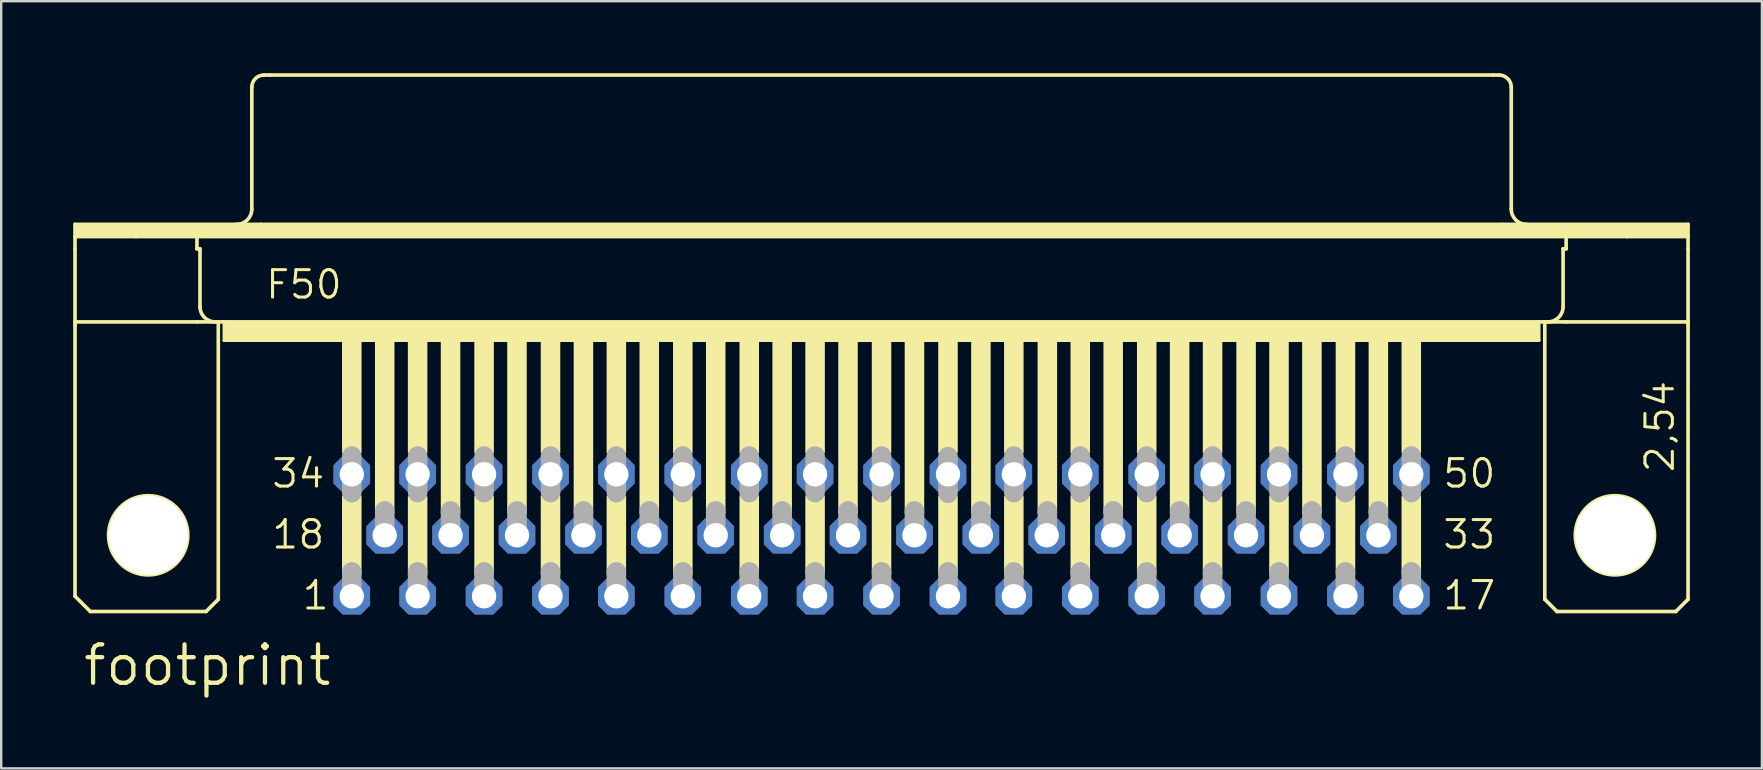
<source format=kicad_pcb>
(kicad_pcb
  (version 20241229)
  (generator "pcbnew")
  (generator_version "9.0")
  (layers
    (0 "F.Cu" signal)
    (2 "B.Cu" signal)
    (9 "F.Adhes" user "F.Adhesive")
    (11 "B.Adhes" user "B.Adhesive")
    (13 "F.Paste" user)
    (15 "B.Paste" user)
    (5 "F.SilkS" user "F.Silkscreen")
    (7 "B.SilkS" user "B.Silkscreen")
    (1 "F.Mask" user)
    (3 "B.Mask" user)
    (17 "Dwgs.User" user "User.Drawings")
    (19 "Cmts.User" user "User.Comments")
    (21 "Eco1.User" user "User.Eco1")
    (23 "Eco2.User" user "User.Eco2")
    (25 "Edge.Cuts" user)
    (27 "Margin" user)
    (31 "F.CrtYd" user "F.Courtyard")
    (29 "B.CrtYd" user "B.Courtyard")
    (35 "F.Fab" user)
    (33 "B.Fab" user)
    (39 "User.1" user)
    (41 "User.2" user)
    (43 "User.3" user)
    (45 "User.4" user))
  (footprint "footprint"
    (layer "F.Cu")
    (at 33.68 19.253)
    (property "Reference" "footprint" (at -33.35 6.35 0) (layer "F.SilkS") (effects (font (size 1.6 1.6) (thickness 0.178)) (justify left bottom)))
    (fp_line (start -33.604 -12.954) (end -25.857 -12.954) (stroke (width 0.152) (type solid)) (layer "F.SilkS"))
    (fp_line (start -33.604 -12.446) (end -33.604 -12.954) (stroke (width 0.152) (type solid)) (layer "F.SilkS"))
    (fp_line (start -33.604 -12.446) (end -31.064 -12.446) (stroke (width 0.152) (type solid)) (layer "F.SilkS"))
    (fp_line (start -33.604 -11.938) (end -33.604 -12.446) (stroke (width 0.152) (type solid)) (layer "F.SilkS"))
    (fp_line (start -33.604 -8.89) (end -33.604 -11.938) (stroke (width 0.152) (type solid)) (layer "F.SilkS"))
    (fp_line (start -33.604 -8.89) (end -33.604 -8.763) (stroke (width 0.152) (type solid)) (layer "F.SilkS"))
    (fp_line (start -33.604 -8.89) (end -28.524 -8.89) (stroke (width 0.152) (type solid)) (layer "F.SilkS"))
    (fp_line (start -33.604 2.54) (end -33.604 -8.763) (stroke (width 0.152) (type solid)) (layer "F.SilkS"))
    (fp_line (start -32.969 3.175) (end -33.604 2.54) (stroke (width 0.152) (type solid)) (layer "F.SilkS"))
    (fp_line (start -31.064 -12.446) (end -28.524 -12.446) (stroke (width 0.152) (type solid)) (layer "F.SilkS"))
    (fp_line (start -28.524 -12.446) (end 28.524 -12.446) (stroke (width 0.152) (type solid)) (layer "F.SilkS"))
    (fp_line (start -28.524 -11.938) (end -28.524 -12.446) (stroke (width 0.152) (type solid)) (layer "F.SilkS"))
    (fp_line (start -28.524 -11.938) (end -28.397 -11.938) (stroke (width 0.152) (type solid)) (layer "F.SilkS"))
    (fp_line (start -28.524 -8.89) (end -27.635 -8.89) (stroke (width 0.152) (type solid)) (layer "F.SilkS"))
    (fp_line (start -28.397 -9.525) (end -28.397 -11.938) (stroke (width 0.152) (type solid)) (layer "F.SilkS"))
    (fp_line (start -28.143 3.175) (end -32.969 3.175) (stroke (width 0.152) (type solid)) (layer "F.SilkS"))
    (fp_line (start -28.143 3.175) (end -27.635 2.667) (stroke (width 0.152) (type solid)) (layer "F.SilkS"))
    (fp_line (start -27.635 -8.89) (end -27.381 -8.89) (stroke (width 0.152) (type solid)) (layer "F.SilkS"))
    (fp_line (start -27.635 2.667) (end -27.635 -8.89) (stroke (width 0.152) (type solid)) (layer "F.SilkS"))
    (fp_line (start -27.381 -8.89) (end -27.381 -8.128) (stroke (width 0.152) (type solid)) (layer "F.SilkS"))
    (fp_line (start -27.381 -8.89) (end 27.381 -8.89) (stroke (width 0.152) (type solid)) (layer "F.SilkS"))
    (fp_line (start -27.381 -8.128) (end 27.381 -8.128) (stroke (width 0.152) (type solid)) (layer "F.SilkS"))
    (fp_line (start -26.238 -13.589) (end -26.238 -18.669) (stroke (width 0.152) (type solid)) (layer "F.SilkS"))
    (fp_line (start -25.857 -12.954) (end 25.857 -12.954) (stroke (width 0.152) (type solid)) (layer "F.SilkS"))
    (fp_line (start -25.73 -19.177) (end -25.476 -19.177) (stroke (width 0.152) (type solid)) (layer "F.SilkS"))
    (fp_line (start -25.476 -19.177) (end 25.476 -19.177) (stroke (width 0.152) (type solid)) (layer "F.SilkS"))
    (fp_line (start 25.476 -19.177) (end 25.73 -19.177) (stroke (width 0.152) (type solid)) (layer "F.SilkS"))
    (fp_line (start 25.857 -12.954) (end 33.604 -12.954) (stroke (width 0.152) (type solid)) (layer "F.SilkS"))
    (fp_line (start 26.238 -13.589) (end 26.238 -18.669) (stroke (width 0.152) (type solid)) (layer "F.SilkS"))
    (fp_line (start 27.381 -8.89) (end 27.381 -8.128) (stroke (width 0.152) (type solid)) (layer "F.SilkS"))
    (fp_line (start 27.381 -8.89) (end 27.635 -8.89) (stroke (width 0.152) (type solid)) (layer "F.SilkS"))
    (fp_line (start 27.635 -8.89) (end 28.524 -8.89) (stroke (width 0.152) (type solid)) (layer "F.SilkS"))
    (fp_line (start 27.635 2.667) (end 27.635 -8.89) (stroke (width 0.152) (type solid)) (layer "F.SilkS"))
    (fp_line (start 27.635 2.667) (end 28.143 3.175) (stroke (width 0.152) (type solid)) (layer "F.SilkS"))
    (fp_line (start 28.143 3.175) (end 33.096 3.175) (stroke (width 0.152) (type solid)) (layer "F.SilkS"))
    (fp_line (start 28.397 -11.938) (end 28.524 -11.938) (stroke (width 0.152) (type solid)) (layer "F.SilkS"))
    (fp_line (start 28.397 -9.525) (end 28.397 -11.938) (stroke (width 0.152) (type solid)) (layer "F.SilkS"))
    (fp_line (start 28.524 -12.446) (end 31.064 -12.446) (stroke (width 0.152) (type solid)) (layer "F.SilkS"))
    (fp_line (start 28.524 -11.938) (end 28.524 -12.446) (stroke (width 0.152) (type solid)) (layer "F.SilkS"))
    (fp_line (start 28.524 -8.89) (end 33.604 -8.89) (stroke (width 0.152) (type solid)) (layer "F.SilkS"))
    (fp_line (start 31.064 -12.446) (end 33.604 -12.446) (stroke (width 0.152) (type solid)) (layer "F.SilkS"))
    (fp_line (start 33.096 3.175) (end 33.604 2.667) (stroke (width 0.152) (type solid)) (layer "F.SilkS"))
    (fp_line (start 33.604 -12.954) (end 33.604 -12.446) (stroke (width 0.152) (type solid)) (layer "F.SilkS"))
    (fp_line (start 33.604 -12.446) (end 33.604 -11.938) (stroke (width 0.152) (type solid)) (layer "F.SilkS"))
    (fp_line (start 33.604 -11.938) (end 33.604 -8.89) (stroke (width 0.152) (type solid)) (layer "F.SilkS"))
    (fp_line (start 33.604 -8.89) (end 33.604 -8.763) (stroke (width 0.152) (type solid)) (layer "F.SilkS"))
    (fp_line (start 33.604 2.667) (end 33.604 -8.763) (stroke (width 0.152) (type solid)) (layer "F.SilkS"))
    (fp_arc (start -27.7622 -8.89) (mid -28.211213 -9.075987) (end -28.3972 -9.525) (stroke (width 0.1524) (type solid)) (layer "F.SilkS"))
    (fp_arc (start -26.2382 -18.669) (mid -26.08941 -19.02821) (end -25.7302 -19.177) (stroke (width 0.1524) (type solid)) (layer "F.SilkS"))
    (fp_arc (start -26.2382 -13.589) (mid -26.424187 -13.139987) (end -26.8732 -12.954) (stroke (width 0.1524) (type solid)) (layer "F.SilkS"))
    (fp_arc (start 25.7302 -19.177) (mid 26.08941 -19.02821) (end 26.2382 -18.669) (stroke (width 0.1524) (type solid)) (layer "F.SilkS"))
    (fp_arc (start 26.8732 -12.954) (mid 26.424187 -13.139987) (end 26.2382 -13.589) (stroke (width 0.1524) (type solid)) (layer "F.SilkS"))
    (fp_arc (start 28.3972 -9.525) (mid 28.211213 -9.075987) (end 27.7622 -8.89) (stroke (width 0.1524) (type solid)) (layer "F.SilkS"))
    (fp_circle (center -30.556 0) (end -28.905 0) (stroke (width 0.152) (type solid)) (fill no) (layer "F.SilkS"))
    (fp_circle (center 30.556 0) (end 32.207 0) (stroke (width 0.152) (type solid)) (fill no) (layer "F.SilkS"))
    (fp_poly (pts (xy -33.579 -12.446) (xy 33.604 -12.446) (xy 33.604 -12.954) (xy -33.579 -12.954)) (stroke (width 0) (type solid)) (fill yes) (layer "F.SilkS"))
    (fp_poly (pts (xy -27.356 -8.128) (xy 27.381 -8.128) (xy 27.381 -8.89) (xy -27.356 -8.89)) (stroke (width 0) (type solid)) (fill yes) (layer "F.SilkS"))
    (fp_poly (pts (xy -22.479 -3.429) (xy -21.666 -3.429) (xy -21.666 -8.128) (xy -22.479 -8.128)) (stroke (width 0) (type solid)) (fill yes) (layer "F.SilkS"))
    (fp_poly (pts (xy -22.479 1.651) (xy -21.666 1.651) (xy -21.666 -1.651) (xy -22.479 -1.651)) (stroke (width 0) (type solid)) (fill yes) (layer "F.SilkS"))
    (fp_poly (pts (xy -21.107 -0.889) (xy -20.295 -0.889) (xy -20.295 -8.128) (xy -21.107 -8.128)) (stroke (width 0) (type solid)) (fill yes) (layer "F.SilkS"))
    (fp_poly (pts (xy -19.736 -3.429) (xy -18.923 -3.429) (xy -18.923 -8.128) (xy -19.736 -8.128)) (stroke (width 0) (type solid)) (fill yes) (layer "F.SilkS"))
    (fp_poly (pts (xy -19.736 1.676) (xy -18.923 1.676) (xy -18.923 -1.626) (xy -19.736 -1.626)) (stroke (width 0) (type solid)) (fill yes) (layer "F.SilkS"))
    (fp_poly (pts (xy -18.364 -0.889) (xy -17.551 -0.889) (xy -17.551 -8.128) (xy -18.364 -8.128)) (stroke (width 0) (type solid)) (fill yes) (layer "F.SilkS"))
    (fp_poly (pts (xy -16.967 -3.429) (xy -16.154 -3.429) (xy -16.154 -8.128) (xy -16.967 -8.128)) (stroke (width 0) (type solid)) (fill yes) (layer "F.SilkS"))
    (fp_poly (pts (xy -16.967 1.651) (xy -16.154 1.651) (xy -16.154 -1.651) (xy -16.967 -1.651)) (stroke (width 0) (type solid)) (fill yes) (layer "F.SilkS"))
    (fp_poly (pts (xy -15.596 -0.889) (xy -14.783 -0.889) (xy -14.783 -8.128) (xy -15.596 -8.128)) (stroke (width 0) (type solid)) (fill yes) (layer "F.SilkS"))
    (fp_poly (pts (xy -14.199 -3.429) (xy -13.386 -3.429) (xy -13.386 -8.128) (xy -14.199 -8.128)) (stroke (width 0) (type solid)) (fill yes) (layer "F.SilkS"))
    (fp_poly (pts (xy -14.199 1.651) (xy -13.386 1.651) (xy -13.386 -1.651) (xy -14.199 -1.651)) (stroke (width 0) (type solid)) (fill yes) (layer "F.SilkS"))
    (fp_poly (pts (xy -12.827 -0.889) (xy -12.014 -0.889) (xy -12.014 -8.128) (xy -12.827 -8.128)) (stroke (width 0) (type solid)) (fill yes) (layer "F.SilkS"))
    (fp_poly (pts (xy -11.455 -3.429) (xy -10.643 -3.429) (xy -10.643 -8.128) (xy -11.455 -8.128)) (stroke (width 0) (type solid)) (fill yes) (layer "F.SilkS"))
    (fp_poly (pts (xy -11.455 1.651) (xy -10.643 1.651) (xy -10.643 -1.651) (xy -11.455 -1.651)) (stroke (width 0) (type solid)) (fill yes) (layer "F.SilkS"))
    (fp_poly (pts (xy -10.084 -0.889) (xy -9.271 -0.889) (xy -9.271 -8.128) (xy -10.084 -8.128)) (stroke (width 0) (type solid)) (fill yes) (layer "F.SilkS"))
    (fp_poly (pts (xy -8.687 -3.429) (xy -7.874 -3.429) (xy -7.874 -8.128) (xy -8.687 -8.128)) (stroke (width 0) (type solid)) (fill yes) (layer "F.SilkS"))
    (fp_poly (pts (xy -8.687 1.651) (xy -7.874 1.651) (xy -7.874 -1.651) (xy -8.687 -1.651)) (stroke (width 0) (type solid)) (fill yes) (layer "F.SilkS"))
    (fp_poly (pts (xy -7.315 -0.889) (xy -6.502 -0.889) (xy -6.502 -8.128) (xy -7.315 -8.128)) (stroke (width 0) (type solid)) (fill yes) (layer "F.SilkS"))
    (fp_poly (pts (xy -5.918 -3.429) (xy -5.105 -3.429) (xy -5.105 -8.128) (xy -5.918 -8.128)) (stroke (width 0) (type solid)) (fill yes) (layer "F.SilkS"))
    (fp_poly (pts (xy -5.918 1.651) (xy -5.105 1.651) (xy -5.105 -1.651) (xy -5.918 -1.651)) (stroke (width 0) (type solid)) (fill yes) (layer "F.SilkS"))
    (fp_poly (pts (xy -4.547 -0.889) (xy -3.734 -0.889) (xy -3.734 -8.128) (xy -4.547 -8.128)) (stroke (width 0) (type solid)) (fill yes) (layer "F.SilkS"))
    (fp_poly (pts (xy -3.175 -3.429) (xy -2.362 -3.429) (xy -2.362 -8.128) (xy -3.175 -8.128)) (stroke (width 0) (type solid)) (fill yes) (layer "F.SilkS"))
    (fp_poly (pts (xy -3.175 1.651) (xy -2.362 1.651) (xy -2.362 -1.651) (xy -3.175 -1.651)) (stroke (width 0) (type solid)) (fill yes) (layer "F.SilkS"))
    (fp_poly (pts (xy -1.803 -0.889) (xy -0.991 -0.889) (xy -0.991 -8.128) (xy -1.803 -8.128)) (stroke (width 0) (type solid)) (fill yes) (layer "F.SilkS"))
    (fp_poly (pts (xy -0.406 -3.429) (xy 0.406 -3.429) (xy 0.406 -8.128) (xy -0.406 -8.128)) (stroke (width 0) (type solid)) (fill yes) (layer "F.SilkS"))
    (fp_poly (pts (xy -0.406 1.651) (xy 0.406 1.651) (xy 0.406 -1.651) (xy -0.406 -1.651)) (stroke (width 0) (type solid)) (fill yes) (layer "F.SilkS"))
    (fp_poly (pts (xy 0.965 -0.889) (xy 1.778 -0.889) (xy 1.778 -8.128) (xy 0.965 -8.128)) (stroke (width 0) (type solid)) (fill yes) (layer "F.SilkS"))
    (fp_poly (pts (xy 2.362 -3.429) (xy 3.175 -3.429) (xy 3.175 -8.128) (xy 2.362 -8.128)) (stroke (width 0) (type solid)) (fill yes) (layer "F.SilkS"))
    (fp_poly (pts (xy 2.362 1.651) (xy 3.175 1.651) (xy 3.175 -1.651) (xy 2.362 -1.651)) (stroke (width 0) (type solid)) (fill yes) (layer "F.SilkS"))
    (fp_poly (pts (xy 3.734 -0.889) (xy 4.547 -0.889) (xy 4.547 -8.128) (xy 3.734 -8.128)) (stroke (width 0) (type solid)) (fill yes) (layer "F.SilkS"))
    (fp_poly (pts (xy 5.105 -3.429) (xy 5.918 -3.429) (xy 5.918 -8.128) (xy 5.105 -8.128)) (stroke (width 0) (type solid)) (fill yes) (layer "F.SilkS"))
    (fp_poly (pts (xy 5.105 1.651) (xy 5.918 1.651) (xy 5.918 -1.651) (xy 5.105 -1.651)) (stroke (width 0) (type solid)) (fill yes) (layer "F.SilkS"))
    (fp_poly (pts (xy 6.502 -0.889) (xy 7.315 -0.889) (xy 7.315 -8.128) (xy 6.502 -8.128)) (stroke (width 0) (type solid)) (fill yes) (layer "F.SilkS"))
    (fp_poly (pts (xy 7.874 -3.429) (xy 8.687 -3.429) (xy 8.687 -8.128) (xy 7.874 -8.128)) (stroke (width 0) (type solid)) (fill yes) (layer "F.SilkS"))
    (fp_poly (pts (xy 7.874 1.651) (xy 8.687 1.651) (xy 8.687 -1.651) (xy 7.874 -1.651)) (stroke (width 0) (type solid)) (fill yes) (layer "F.SilkS"))
    (fp_poly (pts (xy 9.246 -0.889) (xy 10.058 -0.889) (xy 10.058 -8.128) (xy 9.246 -8.128)) (stroke (width 0) (type solid)) (fill yes) (layer "F.SilkS"))
    (fp_poly (pts (xy 10.643 -3.429) (xy 11.455 -3.429) (xy 11.455 -8.128) (xy 10.643 -8.128)) (stroke (width 0) (type solid)) (fill yes) (layer "F.SilkS"))
    (fp_poly (pts (xy 10.643 1.651) (xy 11.455 1.651) (xy 11.455 -1.651) (xy 10.643 -1.651)) (stroke (width 0) (type solid)) (fill yes) (layer "F.SilkS"))
    (fp_poly (pts (xy 12.014 -0.889) (xy 12.827 -0.889) (xy 12.827 -8.128) (xy 12.014 -8.128)) (stroke (width 0) (type solid)) (fill yes) (layer "F.SilkS"))
    (fp_poly (pts (xy 13.386 -3.429) (xy 14.199 -3.429) (xy 14.199 -8.128) (xy 13.386 -8.128)) (stroke (width 0) (type solid)) (fill yes) (layer "F.SilkS"))
    (fp_poly (pts (xy 13.386 1.651) (xy 14.199 1.651) (xy 14.199 -1.651) (xy 13.386 -1.651)) (stroke (width 0) (type solid)) (fill yes) (layer "F.SilkS"))
    (fp_poly (pts (xy 14.783 -0.889) (xy 15.596 -0.889) (xy 15.596 -8.128) (xy 14.783 -8.128)) (stroke (width 0) (type solid)) (fill yes) (layer "F.SilkS"))
    (fp_poly (pts (xy 16.154 -3.429) (xy 16.967 -3.429) (xy 16.967 -8.128) (xy 16.154 -8.128)) (stroke (width 0) (type solid)) (fill yes) (layer "F.SilkS"))
    (fp_poly (pts (xy 16.154 1.651) (xy 16.967 1.651) (xy 16.967 -1.651) (xy 16.154 -1.651)) (stroke (width 0) (type solid)) (fill yes) (layer "F.SilkS"))
    (fp_poly (pts (xy 17.526 -0.889) (xy 18.339 -0.889) (xy 18.339 -8.128) (xy 17.526 -8.128)) (stroke (width 0) (type solid)) (fill yes) (layer "F.SilkS"))
    (fp_poly (pts (xy 18.923 -3.429) (xy 19.736 -3.429) (xy 19.736 -8.128) (xy 18.923 -8.128)) (stroke (width 0) (type solid)) (fill yes) (layer "F.SilkS"))
    (fp_poly (pts (xy 18.923 1.651) (xy 19.736 1.651) (xy 19.736 -1.651) (xy 18.923 -1.651)) (stroke (width 0) (type solid)) (fill yes) (layer "F.SilkS"))
    (fp_poly (pts (xy 20.295 -0.889) (xy 21.107 -0.889) (xy 21.107 -8.128) (xy 20.295 -8.128)) (stroke (width 0) (type solid)) (fill yes) (layer "F.SilkS"))
    (fp_poly (pts (xy 21.666 -3.429) (xy 22.479 -3.429) (xy 22.479 -8.128) (xy 21.666 -8.128)) (stroke (width 0) (type solid)) (fill yes) (layer "F.SilkS"))
    (fp_poly (pts (xy 21.666 1.651) (xy 22.479 1.651) (xy 22.479 -1.651) (xy 21.666 -1.651)) (stroke (width 0) (type solid)) (fill yes) (layer "F.SilkS"))
    (fp_line (start -22.073 -1.778) (end -22.073 -3.302) (stroke (width 0.813) (type solid)) (layer "F.Fab"))
    (fp_line (start -22.073 2.54) (end -22.073 1.524) (stroke (width 0.813) (type solid)) (layer "F.Fab"))
    (fp_line (start -20.701 0) (end -20.701 -1.016) (stroke (width 0.813) (type solid)) (layer "F.Fab"))
    (fp_line (start -19.329 -1.778) (end -19.329 -3.302) (stroke (width 0.813) (type solid)) (layer "F.Fab"))
    (fp_line (start -19.329 2.54) (end -19.329 1.524) (stroke (width 0.813) (type solid)) (layer "F.Fab"))
    (fp_line (start -17.958 0) (end -17.958 -1.016) (stroke (width 0.813) (type solid)) (layer "F.Fab"))
    (fp_line (start -16.561 -1.778) (end -16.561 -3.302) (stroke (width 0.813) (type solid)) (layer "F.Fab"))
    (fp_line (start -16.561 2.54) (end -16.561 1.524) (stroke (width 0.813) (type solid)) (layer "F.Fab"))
    (fp_line (start -15.189 0) (end -15.189 -1.016) (stroke (width 0.813) (type solid)) (layer "F.Fab"))
    (fp_line (start -13.792 -1.778) (end -13.792 -3.302) (stroke (width 0.813) (type solid)) (layer "F.Fab"))
    (fp_line (start -13.792 2.54) (end -13.792 1.524) (stroke (width 0.813) (type solid)) (layer "F.Fab"))
    (fp_line (start -12.421 0) (end -12.421 -1.016) (stroke (width 0.813) (type solid)) (layer "F.Fab"))
    (fp_line (start -11.049 -1.778) (end -11.049 -3.302) (stroke (width 0.813) (type solid)) (layer "F.Fab"))
    (fp_line (start -11.049 2.54) (end -11.049 1.524) (stroke (width 0.813) (type solid)) (layer "F.Fab"))
    (fp_line (start -9.677 0) (end -9.677 -1.016) (stroke (width 0.813) (type solid)) (layer "F.Fab"))
    (fp_line (start -8.28 -1.778) (end -8.28 -3.302) (stroke (width 0.813) (type solid)) (layer "F.Fab"))
    (fp_line (start -8.28 2.54) (end -8.28 1.524) (stroke (width 0.813) (type solid)) (layer "F.Fab"))
    (fp_line (start -6.909 0) (end -6.909 -1.016) (stroke (width 0.813) (type solid)) (layer "F.Fab"))
    (fp_line (start -5.512 -1.778) (end -5.512 -3.302) (stroke (width 0.813) (type solid)) (layer "F.Fab"))
    (fp_line (start -5.512 2.54) (end -5.512 1.524) (stroke (width 0.813) (type solid)) (layer "F.Fab"))
    (fp_line (start -4.14 0) (end -4.14 -1.016) (stroke (width 0.813) (type solid)) (layer "F.Fab"))
    (fp_line (start -2.769 -1.778) (end -2.769 -3.302) (stroke (width 0.813) (type solid)) (layer "F.Fab"))
    (fp_line (start -2.769 2.54) (end -2.769 1.524) (stroke (width 0.813) (type solid)) (layer "F.Fab"))
    (fp_line (start -1.397 0) (end -1.397 -1.016) (stroke (width 0.813) (type solid)) (layer "F.Fab"))
    (fp_line (start 0 -1.778) (end 0 -3.302) (stroke (width 0.813) (type solid)) (layer "F.Fab"))
    (fp_line (start 0 2.54) (end 0 1.524) (stroke (width 0.813) (type solid)) (layer "F.Fab"))
    (fp_line (start 1.372 0) (end 1.372 -1.016) (stroke (width 0.813) (type solid)) (layer "F.Fab"))
    (fp_line (start 2.769 -1.753) (end 2.769 -3.277) (stroke (width 0.813) (type solid)) (layer "F.Fab"))
    (fp_line (start 2.769 2.54) (end 2.769 1.524) (stroke (width 0.813) (type solid)) (layer "F.Fab"))
    (fp_line (start 4.14 0) (end 4.14 -1.016) (stroke (width 0.813) (type solid)) (layer "F.Fab"))
    (fp_line (start 5.512 -1.778) (end 5.512 -3.302) (stroke (width 0.813) (type solid)) (layer "F.Fab"))
    (fp_line (start 5.512 2.54) (end 5.512 1.524) (stroke (width 0.813) (type solid)) (layer "F.Fab"))
    (fp_line (start 6.909 0) (end 6.909 -1.016) (stroke (width 0.813) (type solid)) (layer "F.Fab"))
    (fp_line (start 8.28 -1.778) (end 8.28 -3.302) (stroke (width 0.813) (type solid)) (layer "F.Fab"))
    (fp_line (start 8.28 2.54) (end 8.28 1.524) (stroke (width 0.813) (type solid)) (layer "F.Fab"))
    (fp_line (start 9.652 0) (end 9.652 -1.016) (stroke (width 0.813) (type solid)) (layer "F.Fab"))
    (fp_line (start 11.049 -1.778) (end 11.049 -3.302) (stroke (width 0.813) (type solid)) (layer "F.Fab"))
    (fp_line (start 11.049 2.54) (end 11.049 1.524) (stroke (width 0.813) (type solid)) (layer "F.Fab"))
    (fp_line (start 12.421 0) (end 12.421 -1.016) (stroke (width 0.813) (type solid)) (layer "F.Fab"))
    (fp_line (start 13.792 -1.778) (end 13.792 -3.302) (stroke (width 0.813) (type solid)) (layer "F.Fab"))
    (fp_line (start 13.792 2.54) (end 13.792 1.524) (stroke (width 0.813) (type solid)) (layer "F.Fab"))
    (fp_line (start 15.189 0) (end 15.189 -1.016) (stroke (width 0.813) (type solid)) (layer "F.Fab"))
    (fp_line (start 16.561 -1.778) (end 16.561 -3.302) (stroke (width 0.813) (type solid)) (layer "F.Fab"))
    (fp_line (start 16.561 2.54) (end 16.561 1.524) (stroke (width 0.813) (type solid)) (layer "F.Fab"))
    (fp_line (start 17.932 0) (end 17.932 -1.016) (stroke (width 0.813) (type solid)) (layer "F.Fab"))
    (fp_line (start 19.329 -1.778) (end 19.329 -3.302) (stroke (width 0.813) (type solid)) (layer "F.Fab"))
    (fp_line (start 19.329 2.54) (end 19.329 1.524) (stroke (width 0.813) (type solid)) (layer "F.Fab"))
    (fp_line (start 20.701 0) (end 20.701 -1.016) (stroke (width 0.813) (type solid)) (layer "F.Fab"))
    (fp_line (start 22.073 -1.778) (end 22.073 -3.302) (stroke (width 0.813) (type solid)) (layer "F.Fab"))
    (fp_line (start 22.073 2.54) (end 22.073 1.524) (stroke (width 0.813) (type solid)) (layer "F.Fab"))
    (fp_text user "2,54" (at 33.096 -2.54 90) (layer "F.SilkS") (effects (font (size 1.143 1.143) (thickness 0.127)) (justify left bottom)))
    (fp_text user "18" (at -25.476 0.635 0) (layer "F.SilkS") (effects (font (size 1.143 1.143) (thickness 0.127)) (justify left bottom)))
    (fp_text user "34" (at -25.476 -1.905 0) (layer "F.SilkS") (effects (font (size 1.143 1.143) (thickness 0.127)) (justify left bottom)))
    (fp_text user "33" (at 23.317 0.635 0) (layer "F.SilkS") (effects (font (size 1.143 1.143) (thickness 0.127)) (justify left bottom)))
    (fp_text user "1" (at -24.206 3.175 0) (layer "F.SilkS") (effects (font (size 1.143 1.143) (thickness 0.127)) (justify left bottom)))
    (fp_text user "50" (at 23.317 -1.905 0) (layer "F.SilkS") (effects (font (size 1.143 1.143) (thickness 0.127)) (justify left bottom)))
    (fp_text user "17" (at 23.317 3.175 0) (layer "F.SilkS") (effects (font (size 1.143 1.143) (thickness 0.127)) (justify left bottom)))
    (fp_text user "F50" (at -25.73 -9.779 0) (layer "F.SilkS") (effects (font (size 1.143 1.143) (thickness 0.127)) (justify left bottom)))
    (pad "" np_thru_hole circle (at -30.556 0) (size 3.302 3.302) (drill 3.302) (layers "*.Cu" "*.Mask"))
    (pad "" np_thru_hole circle (at 30.556 0) (size 3.302 3.302) (drill 3.302) (layers "*.Cu" "*.Mask"))
    (pad "1" thru_hole roundrect (at -22.073 2.54) (size 1.524 1.524) (drill 1.016) (layers "*.Cu" "*.Mask") (roundrect_rratio 0.25) (chamfer_ratio 0.25) (chamfer top_left top_right bottom_left bottom_right))
    (pad "2" thru_hole roundrect (at -19.329 2.54) (size 1.524 1.524) (drill 1.016) (layers "*.Cu" "*.Mask") (roundrect_rratio 0.25) (chamfer_ratio 0.25) (chamfer top_left top_right bottom_left bottom_right))
    (pad "3" thru_hole roundrect (at -16.561 2.54) (size 1.524 1.524) (drill 1.016) (layers "*.Cu" "*.Mask") (roundrect_rratio 0.25) (chamfer_ratio 0.25) (chamfer top_left top_right bottom_left bottom_right))
    (pad "4" thru_hole roundrect (at -13.792 2.54) (size 1.524 1.524) (drill 1.016) (layers "*.Cu" "*.Mask") (roundrect_rratio 0.25) (chamfer_ratio 0.25) (chamfer top_left top_right bottom_left bottom_right))
    (pad "5" thru_hole roundrect (at -11.049 2.54) (size 1.524 1.524) (drill 1.016) (layers "*.Cu" "*.Mask") (roundrect_rratio 0.25) (chamfer_ratio 0.25) (chamfer top_left top_right bottom_left bottom_right))
    (pad "6" thru_hole roundrect (at -8.28 2.54) (size 1.524 1.524) (drill 1.016) (layers "*.Cu" "*.Mask") (roundrect_rratio 0.25) (chamfer_ratio 0.25) (chamfer top_left top_right bottom_left bottom_right))
    (pad "7" thru_hole roundrect (at -5.512 2.54) (size 1.524 1.524) (drill 1.016) (layers "*.Cu" "*.Mask") (roundrect_rratio 0.25) (chamfer_ratio 0.25) (chamfer top_left top_right bottom_left bottom_right))
    (pad "8" thru_hole roundrect (at -2.769 2.54) (size 1.524 1.524) (drill 1.016) (layers "*.Cu" "*.Mask") (roundrect_rratio 0.25) (chamfer_ratio 0.25) (chamfer top_left top_right bottom_left bottom_right))
    (pad "9" thru_hole roundrect (at 0 2.54) (size 1.524 1.524) (drill 1.016) (layers "*.Cu" "*.Mask") (roundrect_rratio 0.25) (chamfer_ratio 0.25) (chamfer top_left top_right bottom_left bottom_right))
    (pad "10" thru_hole roundrect (at 2.769 2.54) (size 1.524 1.524) (drill 1.016) (layers "*.Cu" "*.Mask") (roundrect_rratio 0.25) (chamfer_ratio 0.25) (chamfer top_left top_right bottom_left bottom_right))
    (pad "11" thru_hole roundrect (at 5.512 2.54) (size 1.524 1.524) (drill 1.016) (layers "*.Cu" "*.Mask") (roundrect_rratio 0.25) (chamfer_ratio 0.25) (chamfer top_left top_right bottom_left bottom_right))
    (pad "12" thru_hole roundrect (at 8.28 2.54) (size 1.524 1.524) (drill 1.016) (layers "*.Cu" "*.Mask") (roundrect_rratio 0.25) (chamfer_ratio 0.25) (chamfer top_left top_right bottom_left bottom_right))
    (pad "13" thru_hole roundrect (at 11.049 2.54) (size 1.524 1.524) (drill 1.016) (layers "*.Cu" "*.Mask") (roundrect_rratio 0.25) (chamfer_ratio 0.25) (chamfer top_left top_right bottom_left bottom_right))
    (pad "14" thru_hole roundrect (at 13.792 2.54) (size 1.524 1.524) (drill 1.016) (layers "*.Cu" "*.Mask") (roundrect_rratio 0.25) (chamfer_ratio 0.25) (chamfer top_left top_right bottom_left bottom_right))
    (pad "15" thru_hole roundrect (at 16.561 2.54) (size 1.524 1.524) (drill 1.016) (layers "*.Cu" "*.Mask") (roundrect_rratio 0.25) (chamfer_ratio 0.25) (chamfer top_left top_right bottom_left bottom_right))
    (pad "16" thru_hole roundrect (at 19.329 2.54) (size 1.524 1.524) (drill 1.016) (layers "*.Cu" "*.Mask") (roundrect_rratio 0.25) (chamfer_ratio 0.25) (chamfer top_left top_right bottom_left bottom_right))
    (pad "17" thru_hole roundrect (at 22.073 2.54) (size 1.524 1.524) (drill 1.016) (layers "*.Cu" "*.Mask") (roundrect_rratio 0.25) (chamfer_ratio 0.25) (chamfer top_left top_right bottom_left bottom_right))
    (pad "18" thru_hole roundrect (at -20.701 0) (size 1.524 1.524) (drill 1.016) (layers "*.Cu" "*.Mask") (roundrect_rratio 0.25) (chamfer_ratio 0.25) (chamfer top_left top_right bottom_left bottom_right))
    (pad "19" thru_hole roundrect (at -17.958 0) (size 1.524 1.524) (drill 1.016) (layers "*.Cu" "*.Mask") (roundrect_rratio 0.25) (chamfer_ratio 0.25) (chamfer top_left top_right bottom_left bottom_right))
    (pad "20" thru_hole roundrect (at -15.189 0) (size 1.524 1.524) (drill 1.016) (layers "*.Cu" "*.Mask") (roundrect_rratio 0.25) (chamfer_ratio 0.25) (chamfer top_left top_right bottom_left bottom_right))
    (pad "21" thru_hole roundrect (at -12.421 0) (size 1.524 1.524) (drill 1.016) (layers "*.Cu" "*.Mask") (roundrect_rratio 0.25) (chamfer_ratio 0.25) (chamfer top_left top_right bottom_left bottom_right))
    (pad "22" thru_hole roundrect (at -9.677 0) (size 1.524 1.524) (drill 1.016) (layers "*.Cu" "*.Mask") (roundrect_rratio 0.25) (chamfer_ratio 0.25) (chamfer top_left top_right bottom_left bottom_right))
    (pad "23" thru_hole roundrect (at -6.909 0) (size 1.524 1.524) (drill 1.016) (layers "*.Cu" "*.Mask") (roundrect_rratio 0.25) (chamfer_ratio 0.25) (chamfer top_left top_right bottom_left bottom_right))
    (pad "24" thru_hole roundrect (at -4.14 0) (size 1.524 1.524) (drill 1.016) (layers "*.Cu" "*.Mask") (roundrect_rratio 0.25) (chamfer_ratio 0.25) (chamfer top_left top_right bottom_left bottom_right))
    (pad "25" thru_hole roundrect (at -1.397 0) (size 1.524 1.524) (drill 1.016) (layers "*.Cu" "*.Mask") (roundrect_rratio 0.25) (chamfer_ratio 0.25) (chamfer top_left top_right bottom_left bottom_right))
    (pad "26" thru_hole roundrect (at 1.372 0) (size 1.524 1.524) (drill 1.016) (layers "*.Cu" "*.Mask") (roundrect_rratio 0.25) (chamfer_ratio 0.25) (chamfer top_left top_right bottom_left bottom_right))
    (pad "27" thru_hole roundrect (at 4.14 0) (size 1.524 1.524) (drill 1.016) (layers "*.Cu" "*.Mask") (roundrect_rratio 0.25) (chamfer_ratio 0.25) (chamfer top_left top_right bottom_left bottom_right))
    (pad "28" thru_hole roundrect (at 6.883 0) (size 1.524 1.524) (drill 1.016) (layers "*.Cu" "*.Mask") (roundrect_rratio 0.25) (chamfer_ratio 0.25) (chamfer top_left top_right bottom_left bottom_right))
    (pad "29" thru_hole roundrect (at 9.652 0) (size 1.524 1.524) (drill 1.016) (layers "*.Cu" "*.Mask") (roundrect_rratio 0.25) (chamfer_ratio 0.25) (chamfer top_left top_right bottom_left bottom_right))
    (pad "30" thru_hole roundrect (at 12.421 0) (size 1.524 1.524) (drill 1.016) (layers "*.Cu" "*.Mask") (roundrect_rratio 0.25) (chamfer_ratio 0.25) (chamfer top_left top_right bottom_left bottom_right))
    (pad "31" thru_hole roundrect (at 15.189 0) (size 1.524 1.524) (drill 1.016) (layers "*.Cu" "*.Mask") (roundrect_rratio 0.25) (chamfer_ratio 0.25) (chamfer top_left top_right bottom_left bottom_right))
    (pad "32" thru_hole roundrect (at 17.932 0) (size 1.524 1.524) (drill 1.016) (layers "*.Cu" "*.Mask") (roundrect_rratio 0.25) (chamfer_ratio 0.25) (chamfer top_left top_right bottom_left bottom_right))
    (pad "33" thru_hole roundrect (at 20.701 0) (size 1.524 1.524) (drill 1.016) (layers "*.Cu" "*.Mask") (roundrect_rratio 0.25) (chamfer_ratio 0.25) (chamfer top_left top_right bottom_left bottom_right))
    (pad "34" thru_hole roundrect (at -22.073 -2.54) (size 1.524 1.524) (drill 1.016) (layers "*.Cu" "*.Mask") (roundrect_rratio 0.25) (chamfer_ratio 0.25) (chamfer top_left top_right bottom_left bottom_right))
    (pad "35" thru_hole roundrect (at -19.329 -2.54) (size 1.524 1.524) (drill 1.016) (layers "*.Cu" "*.Mask") (roundrect_rratio 0.25) (chamfer_ratio 0.25) (chamfer top_left top_right bottom_left bottom_right))
    (pad "36" thru_hole roundrect (at -16.561 -2.54) (size 1.524 1.524) (drill 1.016) (layers "*.Cu" "*.Mask") (roundrect_rratio 0.25) (chamfer_ratio 0.25) (chamfer top_left top_right bottom_left bottom_right))
    (pad "37" thru_hole roundrect (at -13.792 -2.54) (size 1.524 1.524) (drill 1.016) (layers "*.Cu" "*.Mask") (roundrect_rratio 0.25) (chamfer_ratio 0.25) (chamfer top_left top_right bottom_left bottom_right))
    (pad "38" thru_hole roundrect (at -11.049 -2.54) (size 1.524 1.524) (drill 1.016) (layers "*.Cu" "*.Mask") (roundrect_rratio 0.25) (chamfer_ratio 0.25) (chamfer top_left top_right bottom_left bottom_right))
    (pad "39" thru_hole roundrect (at -8.28 -2.54) (size 1.524 1.524) (drill 1.016) (layers "*.Cu" "*.Mask") (roundrect_rratio 0.25) (chamfer_ratio 0.25) (chamfer top_left top_right bottom_left bottom_right))
    (pad "40" thru_hole roundrect (at -5.512 -2.54) (size 1.524 1.524) (drill 1.016) (layers "*.Cu" "*.Mask") (roundrect_rratio 0.25) (chamfer_ratio 0.25) (chamfer top_left top_right bottom_left bottom_right))
    (pad "41" thru_hole roundrect (at -2.769 -2.54) (size 1.524 1.524) (drill 1.016) (layers "*.Cu" "*.Mask") (roundrect_rratio 0.25) (chamfer_ratio 0.25) (chamfer top_left top_right bottom_left bottom_right))
    (pad "42" thru_hole roundrect (at 0 -2.54) (size 1.524 1.524) (drill 1.016) (layers "*.Cu" "*.Mask") (roundrect_rratio 0.25) (chamfer_ratio 0.25) (chamfer top_left top_right bottom_left bottom_right))
    (pad "43" thru_hole roundrect (at 2.769 -2.54) (size 1.524 1.524) (drill 1.016) (layers "*.Cu" "*.Mask") (roundrect_rratio 0.25) (chamfer_ratio 0.25) (chamfer top_left top_right bottom_left bottom_right))
    (pad "44" thru_hole roundrect (at 5.512 -2.54) (size 1.524 1.524) (drill 1.016) (layers "*.Cu" "*.Mask") (roundrect_rratio 0.25) (chamfer_ratio 0.25) (chamfer top_left top_right bottom_left bottom_right))
    (pad "45" thru_hole roundrect (at 8.28 -2.54) (size 1.524 1.524) (drill 1.016) (layers "*.Cu" "*.Mask") (roundrect_rratio 0.25) (chamfer_ratio 0.25) (chamfer top_left top_right bottom_left bottom_right))
    (pad "46" thru_hole roundrect (at 11.049 -2.54) (size 1.524 1.524) (drill 1.016) (layers "*.Cu" "*.Mask") (roundrect_rratio 0.25) (chamfer_ratio 0.25) (chamfer top_left top_right bottom_left bottom_right))
    (pad "47" thru_hole roundrect (at 13.792 -2.54) (size 1.524 1.524) (drill 1.016) (layers "*.Cu" "*.Mask") (roundrect_rratio 0.25) (chamfer_ratio 0.25) (chamfer top_left top_right bottom_left bottom_right))
    (pad "48" thru_hole roundrect (at 16.561 -2.54) (size 1.524 1.524) (drill 1.016) (layers "*.Cu" "*.Mask") (roundrect_rratio 0.25) (chamfer_ratio 0.25) (chamfer top_left top_right bottom_left bottom_right))
    (pad "49" thru_hole roundrect (at 19.329 -2.54) (size 1.524 1.524) (drill 1.016) (layers "*.Cu" "*.Mask") (roundrect_rratio 0.25) (chamfer_ratio 0.25) (chamfer top_left top_right bottom_left bottom_right))
    (pad "50" thru_hole roundrect (at 22.073 -2.54) (size 1.524 1.524) (drill 1.016) (layers "*.Cu" "*.Mask") (roundrect_rratio 0.25) (chamfer_ratio 0.25) (chamfer top_left top_right bottom_left bottom_right))
    (zone (net_name "") (layers "F.Cu" "B.Cu") (hatch edge 0.508) (connect_pads) (min_thickness 0.254) (filled_areas_thickness no) (keepout (tracks allowed) (vias not_allowed) (pads allowed) (copperpour allowed) (footprints allowed)) (placement (enabled no)) (fill) (polygon (pts (xy 5.791 19.253) (xy 5.751 18.79) (xy 5.63 18.341) (xy 5.434 17.92) (xy 5.167 17.539) (xy 4.839 17.21) (xy 4.458 16.944) (xy 4.036 16.747) (xy 3.587 16.627) (xy 3.124 16.586) (xy 2.661 16.627) (xy 2.212 16.747) (xy 1.791 16.944) (xy 1.41 17.21) (xy 1.081 17.539) (xy 0.815 17.92) (xy 0.618 18.341) (xy 0.498 18.79) (xy 0.457 19.253) (xy 0.498 19.716) (xy 0.618 20.165) (xy 0.815 20.587) (xy 1.081 20.968) (xy 1.41 21.296) (xy 1.791 21.563) (xy 2.212 21.759) (xy 2.661 21.88) (xy 3.124 21.92) (xy 3.587 21.88) (xy 4.036 21.759) (xy 4.458 21.563) (xy 4.839 21.296) (xy 5.167 20.968) (xy 5.434 20.587) (xy 5.63 20.165) (xy 5.751 19.716))))
    (zone (net_name "") (layers "F.Cu" "B.Cu") (hatch edge 0.508) (connect_pads) (min_thickness 0.254) (filled_areas_thickness no) (keepout (tracks allowed) (vias not_allowed) (pads allowed) (copperpour allowed) (footprints allowed)) (placement (enabled no)) (fill) (polygon (pts (xy 66.904 19.253) (xy 66.863 18.79) (xy 66.743 18.341) (xy 66.546 17.92) (xy 66.28 17.539) (xy 65.951 17.21) (xy 65.57 16.944) (xy 65.149 16.747) (xy 64.7 16.627) (xy 64.237 16.586) (xy 63.773 16.627) (xy 63.324 16.747) (xy 62.903 16.944) (xy 62.522 17.21) (xy 62.194 17.539) (xy 61.927 17.92) (xy 61.73 18.341) (xy 61.61 18.79) (xy 61.57 19.253) (xy 61.61 19.716) (xy 61.73 20.165) (xy 61.927 20.587) (xy 62.194 20.968) (xy 62.522 21.296) (xy 62.903 21.563) (xy 63.324 21.759) (xy 63.773 21.88) (xy 64.237 21.92) (xy 64.7 21.88) (xy 65.149 21.759) (xy 65.57 21.563) (xy 65.951 21.296) (xy 66.28 20.968) (xy 66.546 20.587) (xy 66.743 20.165) (xy 66.863 19.716))))
    (zone (net_name "") (layer "B.Cu") (hatch edge 0.508) (connect_pads) (min_thickness 0.254) (filled_areas_thickness no) (keepout (tracks not_allowed) (vias not_allowed) (pads not_allowed) (copperpour not_allowed) (footprints allowed)) (placement (enabled no)) (fill) (polygon (pts (xy 5.791 19.253) (xy 5.751 18.79) (xy 5.63 18.341) (xy 5.434 17.92) (xy 5.167 17.539) (xy 4.839 17.21) (xy 4.458 16.944) (xy 4.036 16.747) (xy 3.587 16.627) (xy 3.124 16.586) (xy 2.661 16.627) (xy 2.212 16.747) (xy 1.791 16.944) (xy 1.41 17.21) (xy 1.081 17.539) (xy 0.815 17.92) (xy 0.618 18.341) (xy 0.498 18.79) (xy 0.457 19.253) (xy 0.498 19.716) (xy 0.618 20.165) (xy 0.815 20.587) (xy 1.081 20.968) (xy 1.41 21.296) (xy 1.791 21.563) (xy 2.212 21.759) (xy 2.661 21.88) (xy 3.124 21.92) (xy 3.587 21.88) (xy 4.036 21.759) (xy 4.458 21.563) (xy 4.839 21.296) (xy 5.167 20.968) (xy 5.434 20.587) (xy 5.63 20.165) (xy 5.751 19.716))))
    (zone (net_name "") (layer "B.Cu") (hatch edge 0.508) (connect_pads) (min_thickness 0.254) (filled_areas_thickness no) (keepout (tracks not_allowed) (vias not_allowed) (pads not_allowed) (copperpour not_allowed) (footprints allowed)) (placement (enabled no)) (fill) (polygon (pts (xy 66.904 19.253) (xy 66.863 18.79) (xy 66.743 18.341) (xy 66.546 17.92) (xy 66.28 17.539) (xy 65.951 17.21) (xy 65.57 16.944) (xy 65.149 16.747) (xy 64.7 16.627) (xy 64.237 16.586) (xy 63.773 16.627) (xy 63.324 16.747) (xy 62.903 16.944) (xy 62.522 17.21) (xy 62.194 17.539) (xy 61.927 17.92) (xy 61.73 18.341) (xy 61.61 18.79) (xy 61.57 19.253) (xy 61.61 19.716) (xy 61.73 20.165) (xy 61.927 20.587) (xy 62.194 20.968) (xy 62.522 21.296) (xy 62.903 21.563) (xy 63.324 21.759) (xy 63.773 21.88) (xy 64.237 21.92) (xy 64.7 21.88) (xy 65.149 21.759) (xy 65.57 21.563) (xy 65.951 21.296) (xy 66.28 20.968) (xy 66.546 20.587) (xy 66.743 20.165) (xy 66.863 19.716)))))
  (gr_rect
    (start -3 -3)
    (end 70.361 28.966)
    (stroke (width 0.1) (type default))
    (fill no)
    (layer "Edge.Cuts")))
</source>
